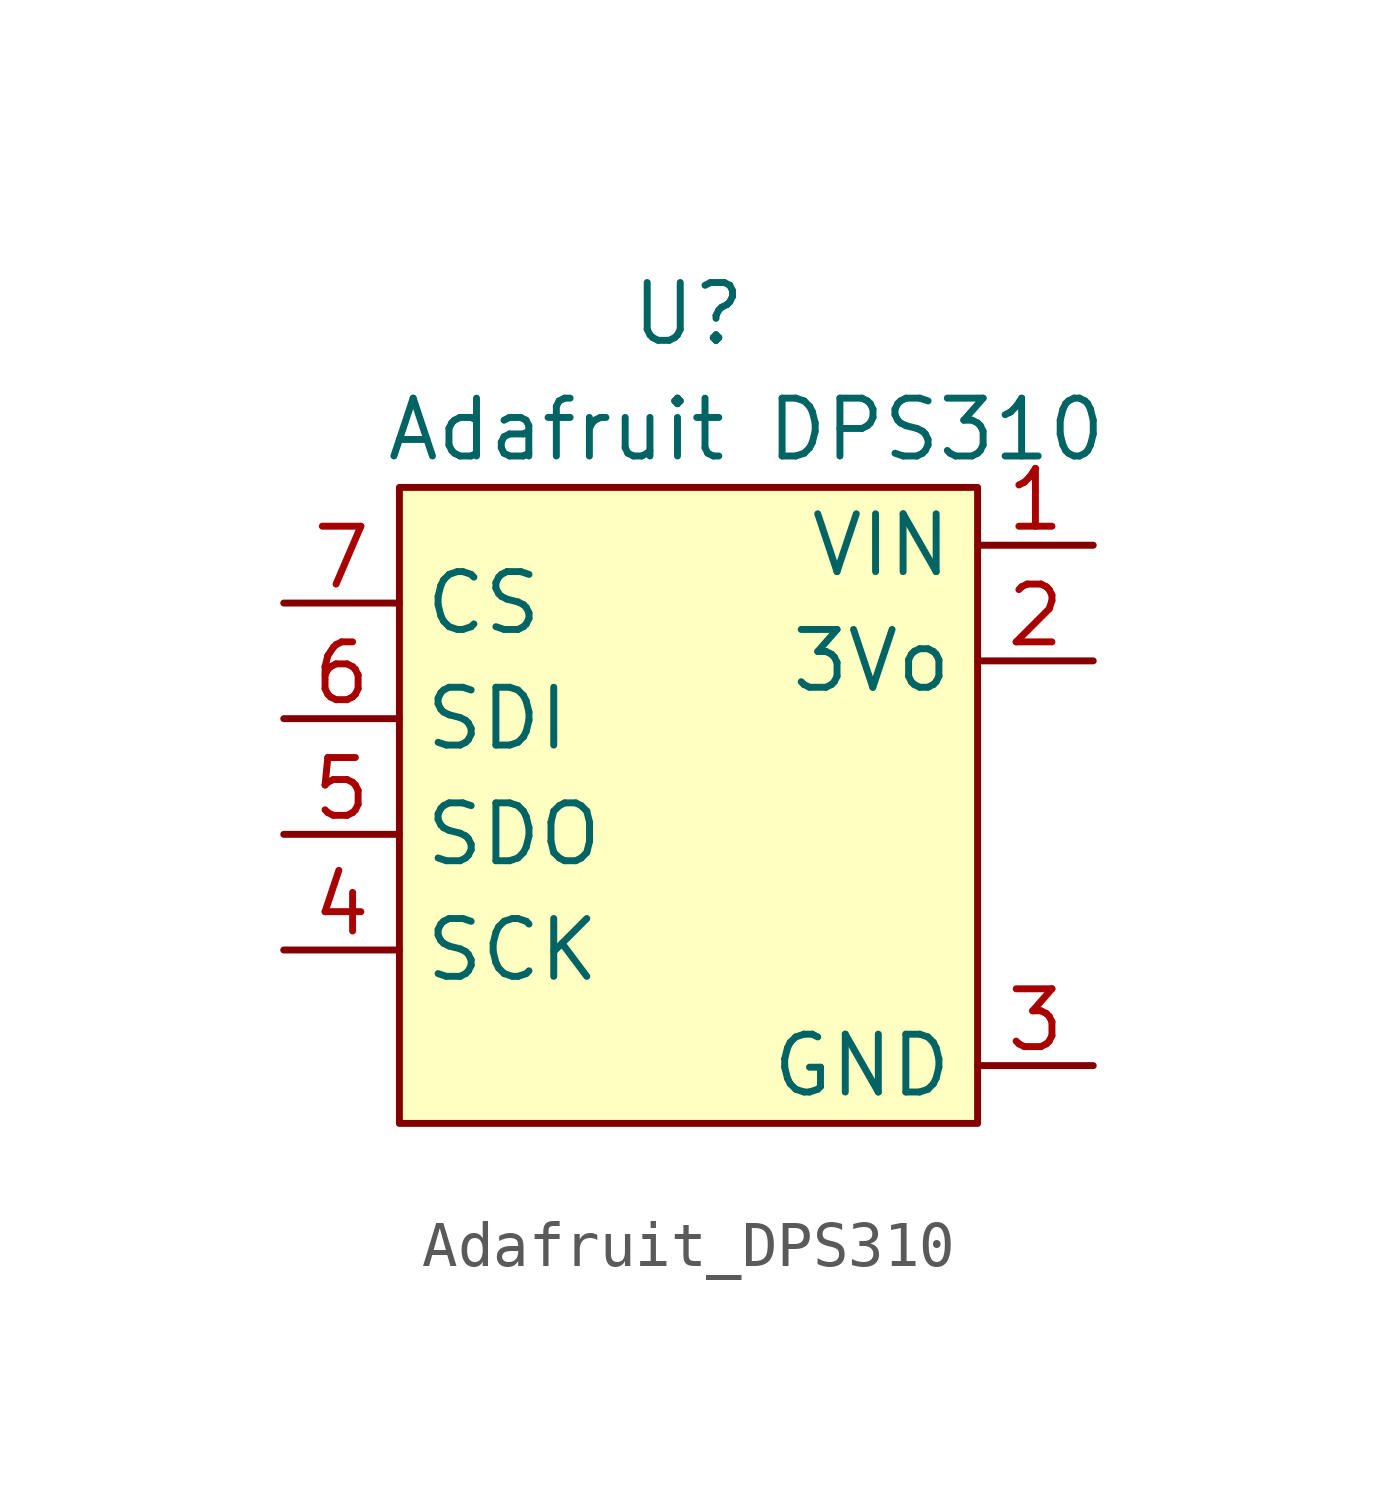
<source format=kicad_sym>
(kicad_symbol_lib
  (version 20220914)
  (generator kicad_symbol_editor)
  (symbol "Adafruit_DPS310"
    (property "Reference" "U"
      (at -5.08 2.54 0)
      (effects (font (size 1.27 1.27))))
    (property "Value" "Adafruit DPS310"
      (at -3.81 0 0)
      (effects (font (size 1.27 1.27))))
    (symbol "Adafruit_DPS310_1_1"
      (rectangle (start -11.43 -1.27) (end 1.27 -15.24) (stroke (width 0) (type default)) (fill (type background)))
      (pin input line (at 3.81 -2.54 180) (length 2.54) (name "VIN" (effects (font (size 1.27 1.27)))) (number "1" (effects (font (size 1.27 1.27)))))
      (pin output line (at 3.81 -5.08 180) (length 2.54) (name "3Vo" (effects (font (size 1.27 1.27)))) (number "2" (effects (font (size 1.27 1.27)))))
      (pin input line (at 3.81 -13.97 180) (length 2.54) (name "GND" (effects (font (size 1.27 1.27)))) (number "3" (effects (font (size 1.27 1.27)))))
      (pin input line (at -13.97 -11.43 0) (length 2.54) (name "SCK" (effects (font (size 1.27 1.27)))) (number "4" (effects (font (size 1.27 1.27)))))
      (pin output line (at -13.97 -8.89 0) (length 2.54) (name "SDO" (effects (font (size 1.27 1.27)))) (number "5" (effects (font (size 1.27 1.27)))))
      (pin bidirectional line (at -13.97 -6.35 0) (length 2.54) (name "SDI" (effects (font (size 1.27 1.27)))) (number "6" (effects (font (size 1.27 1.27)))))
      (pin input line (at -13.97 -3.81 0) (length 2.54) (name "CS" (effects (font (size 1.27 1.27)))) (number "7" (effects (font (size 1.27 1.27))))))))
</source>
